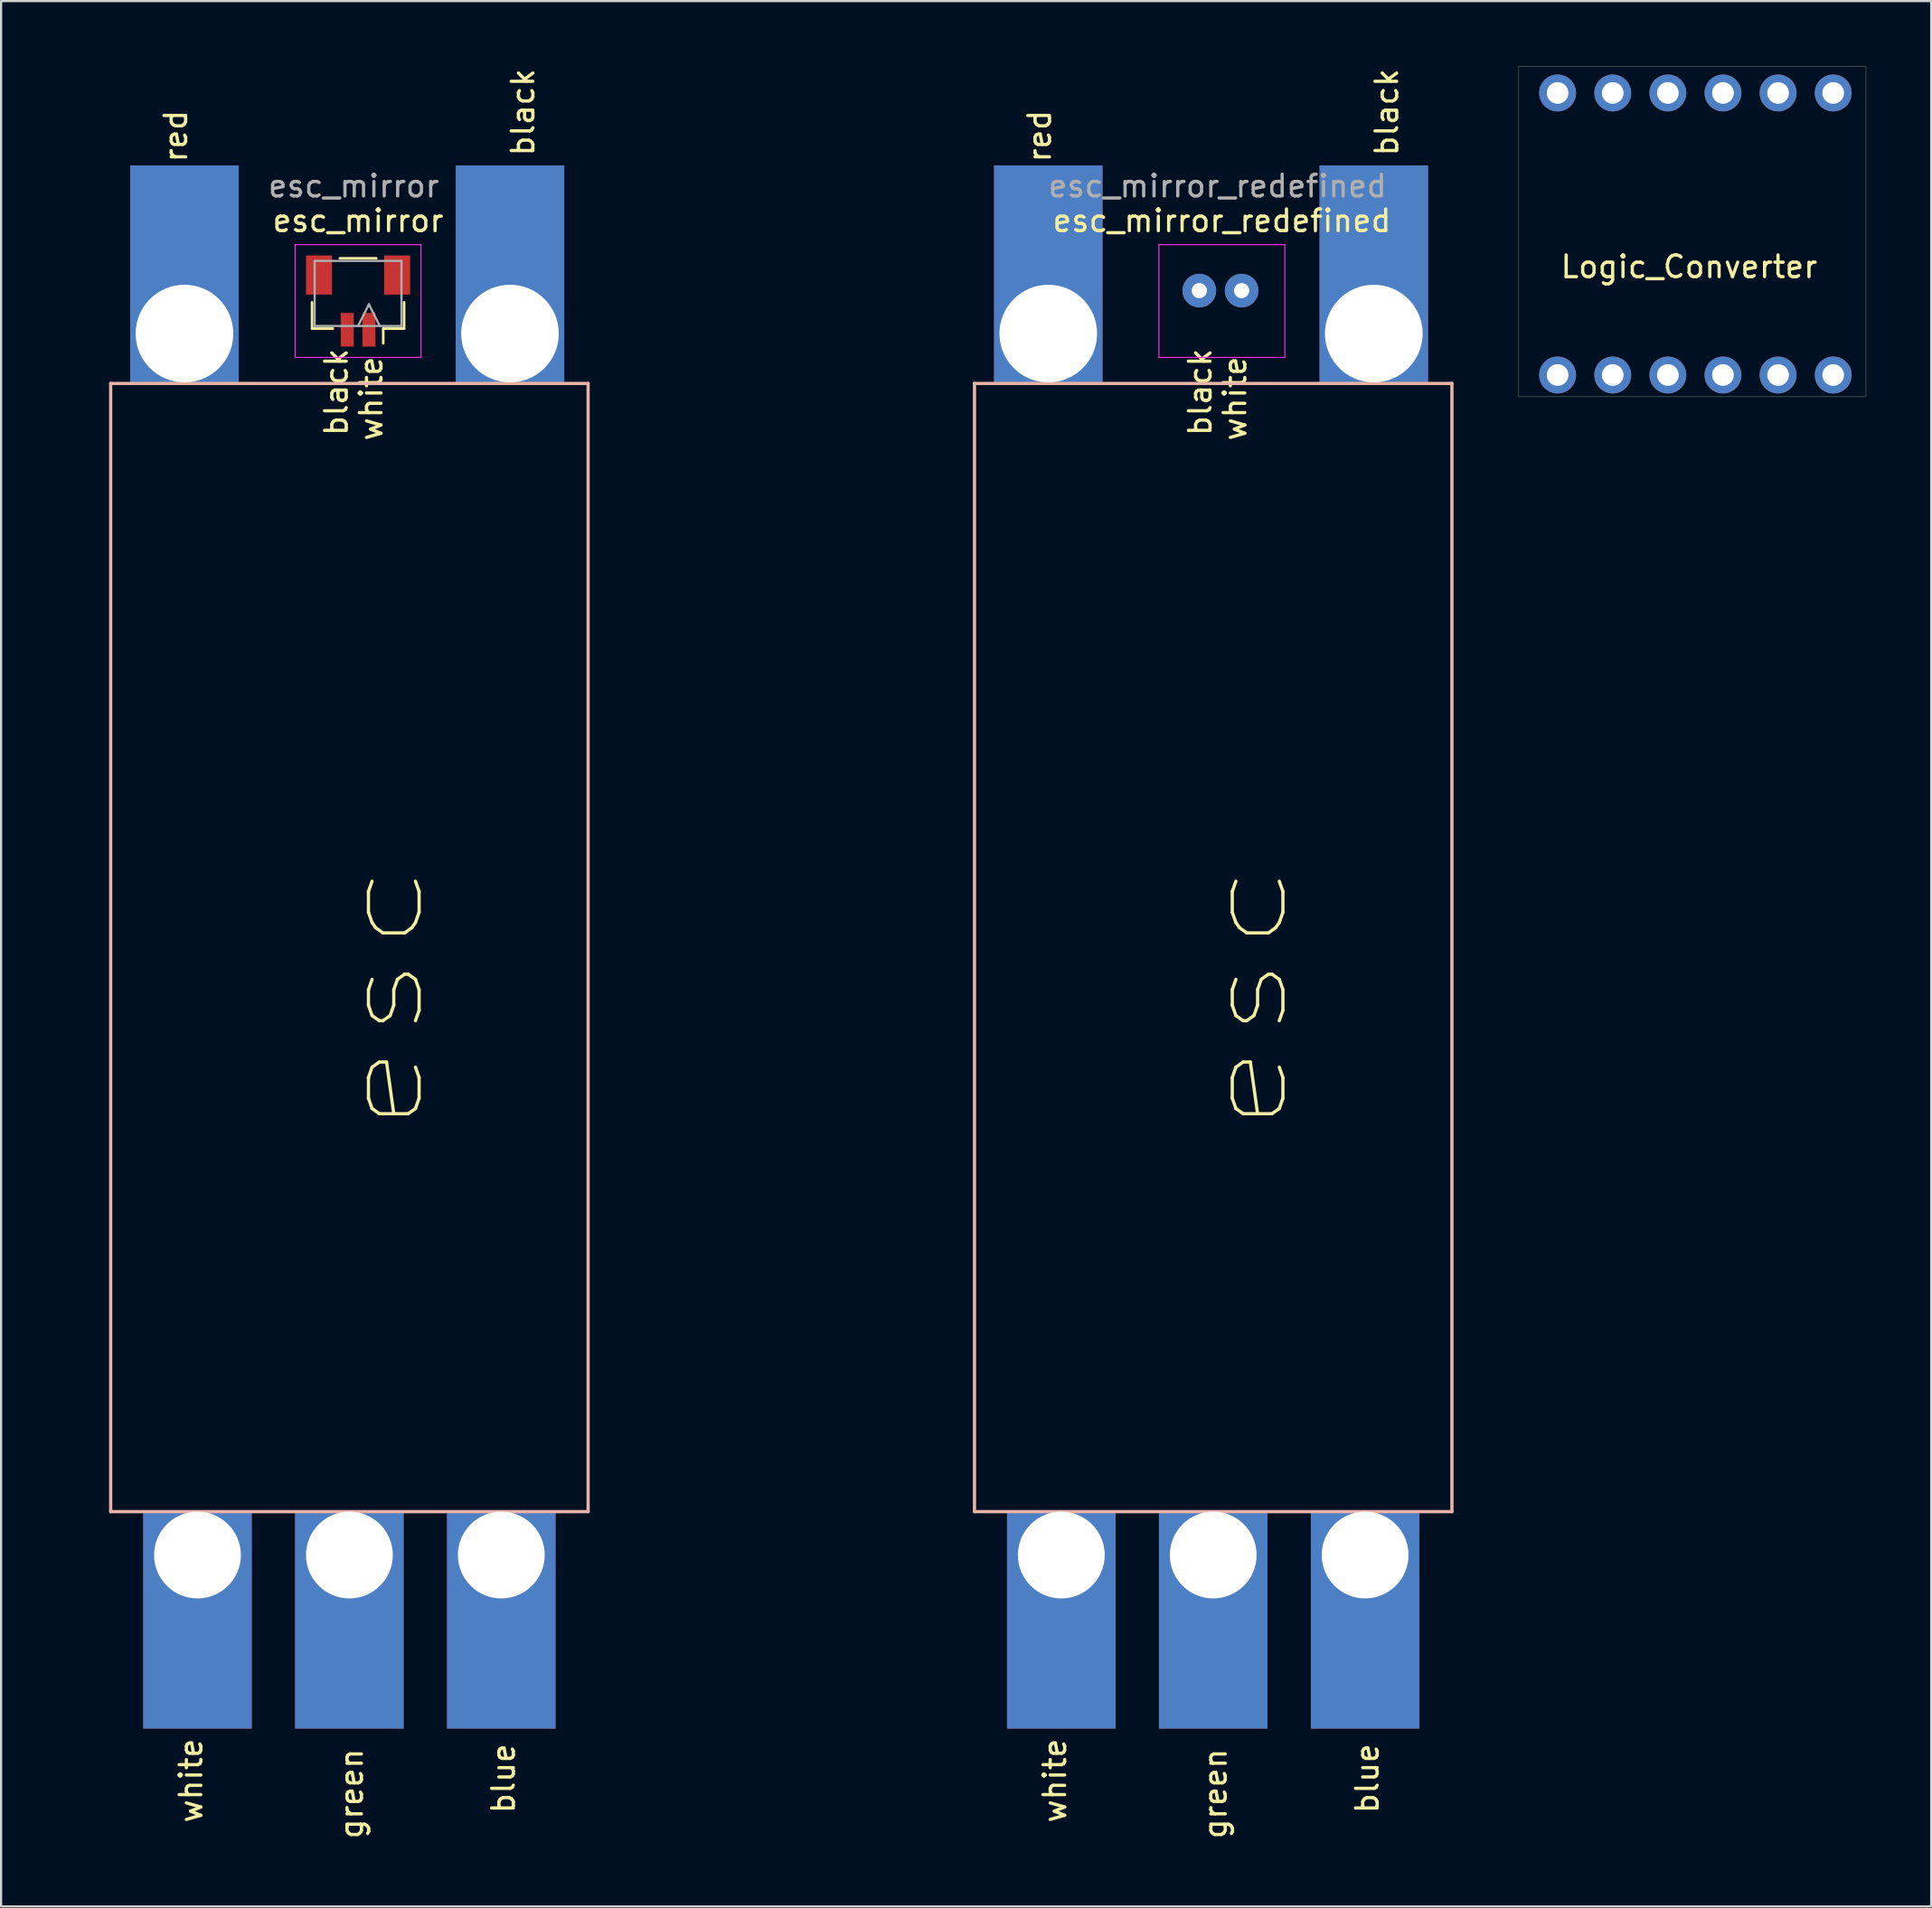
<source format=kicad_pcb>
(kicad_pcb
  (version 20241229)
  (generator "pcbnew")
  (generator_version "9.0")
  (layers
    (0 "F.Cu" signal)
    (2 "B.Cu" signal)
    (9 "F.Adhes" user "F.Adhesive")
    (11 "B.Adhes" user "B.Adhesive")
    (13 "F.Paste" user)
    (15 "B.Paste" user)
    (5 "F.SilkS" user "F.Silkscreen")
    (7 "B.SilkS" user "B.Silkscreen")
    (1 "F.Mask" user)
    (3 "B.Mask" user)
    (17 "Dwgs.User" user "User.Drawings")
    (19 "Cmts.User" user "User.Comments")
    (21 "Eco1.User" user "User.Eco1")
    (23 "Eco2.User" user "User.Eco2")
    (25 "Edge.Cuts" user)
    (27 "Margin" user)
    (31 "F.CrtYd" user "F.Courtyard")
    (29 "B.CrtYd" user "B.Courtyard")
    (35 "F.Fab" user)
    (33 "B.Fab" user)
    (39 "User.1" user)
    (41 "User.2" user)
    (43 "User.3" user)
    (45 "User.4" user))
  (footprint "esc_mirror"
    (layer "F.Cu")
    (at 0.25 66.625)
    (property "Reference" "esc_mirror" (at 13.2 -59.5 0) (layer "F.SilkS") (effects (font (size 1 1) (thickness 0.15))))
    (attr smd)
    (fp_line (start 11.08 -54.53) (end 11.08 -55.74) (stroke (width 0.12) (type solid)) (layer "F.SilkS"))
    (fp_line (start 12.04 -54.53) (end 11.08 -54.53) (stroke (width 0.12) (type solid)) (layer "F.SilkS"))
    (fp_line (start 14.04 -57.77) (end 12.36 -57.77) (stroke (width 0.12) (type solid)) (layer "F.SilkS"))
    (fp_line (start 14.36 -54.53) (end 15.32 -54.53) (stroke (width 0.12) (type solid)) (layer "F.SilkS"))
    (fp_line (start 14.36 -53.85) (end 14.36 -54.53) (stroke (width 0.12) (type solid)) (layer "F.SilkS"))
    (fp_line (start 15.32 -54.53) (end 15.32 -55.74) (stroke (width 0.12) (type solid)) (layer "F.SilkS"))
    (fp_line (start 1.8 -52) (end 1.8 0) (stroke (width 0.15) (type solid)) (layer "B.SilkS"))
    (fp_line (start 1.8 0) (end 23.8 0) (stroke (width 0.15) (type solid)) (layer "B.SilkS"))
    (fp_line (start 23.8 -52) (end 1.8 -52) (stroke (width 0.15) (type solid)) (layer "B.SilkS"))
    (fp_line (start 23.8 0) (end 23.8 -52) (stroke (width 0.15) (type solid)) (layer "B.SilkS"))
    (fp_line (start 10.3 -58.4) (end 16.1 -58.4) (stroke (width 0.05) (type solid)) (layer "F.CrtYd"))
    (fp_line (start 10.3 -53.2) (end 10.3 -58.4) (stroke (width 0.05) (type solid)) (layer "F.CrtYd"))
    (fp_line (start 16.1 -58.4) (end 16.1 -53.2) (stroke (width 0.05) (type solid)) (layer "F.CrtYd"))
    (fp_line (start 16.1 -53.2) (end 10.3 -53.2) (stroke (width 0.05) (type solid)) (layer "F.CrtYd"))
    (fp_line (start 11.2 -57.65) (end 15.2 -57.65) (stroke (width 0.1) (type solid)) (layer "F.Fab"))
    (fp_line (start 11.2 -54.65) (end 11.2 -57.65) (stroke (width 0.1) (type solid)) (layer "F.Fab"))
    (fp_line (start 13.2 -54.65) (end 13.7 -55.65) (stroke (width 0.1) (type solid)) (layer "F.Fab"))
    (fp_line (start 13.7 -55.65) (end 14.2 -54.65) (stroke (width 0.1) (type solid)) (layer "F.Fab"))
    (fp_line (start 15.2 -57.65) (end 15.2 -54.65) (stroke (width 0.1) (type solid)) (layer "F.Fab"))
    (fp_line (start 15.2 -54.65) (end 11.2 -54.65) (stroke (width 0.1) (type solid)) (layer "F.Fab"))
    (fp_text user "green" (at 12.9 13 270) (layer "F.SilkS") (effects (font (size 1 1) (thickness 0.15))))
    (fp_text user "black" (at 20.8 -64.5 270) (layer "F.SilkS") (effects (font (size 1 1) (thickness 0.15))))
    (fp_text user "white" (at 13.8 -51.3 270) (layer "F.SilkS") (effects (font (size 1 1) (thickness 0.15))))
    (fp_text user "white" (at 5.5 12.4 270) (layer "F.SilkS") (effects (font (size 1 1) (thickness 0.15))))
    (fp_text user "blue" (at 19.9 12.3 270) (layer "F.SilkS") (effects (font (size 1 1) (thickness 0.15))))
    (fp_text user "black" (at 12.2 -51.6 270) (layer "F.SilkS") (effects (font (size 1 1) (thickness 0.15))))
    (fp_text user "red" (at 4.8 -63.4 270) (layer "F.SilkS") (effects (font (size 1 1) (thickness 0.15))))
    (fp_text user "esc" (at 14.4 -23.7 270) (layer "F.SilkS") (effects (font (size 3.5 5) (thickness 0.15))))
    (fp_text user "${REFERENCE}" (at 13 -61.1 180) (layer "F.Fab") (effects (font (size 1 1) (thickness 0.15))))
    (pad "" smd rect (at 11.4 -57 270) (size 1.8 1.2) (layers "F.Cu" "F.Mask" "F.Paste"))
    (pad "" smd rect (at 15 -57 270) (size 1.8 1.2) (layers "F.Cu" "F.Mask" "F.Paste"))
    (pad "1" thru_hole rect (at 19.8 2) (size 5 10) (drill 4 (offset 0 3)) (layers "*.Cu" "F.Mask"))
    (pad "2" thru_hole rect (at 12.8 2) (size 5 10) (drill 4 (offset 0 3)) (layers "*.Cu" "F.Mask"))
    (pad "3" thru_hole rect (at 5.8 2) (size 5 10) (drill 4 (offset 0 3)) (layers "*.Cu" "F.Mask"))
    (pad "4" smd rect (at 13.7 -54.475 270) (size 1.55 0.6) (layers "F.Cu" "F.Mask" "F.Paste"))
    (pad "5" smd rect (at 12.7 -54.475 270) (size 1.55 0.6) (layers "F.Cu" "F.Mask" "F.Paste"))
    (pad "6" thru_hole rect (at 5.2 -54.3 180) (size 5 10) (drill 4.5 (offset 0 2.75)) (layers "*.Cu" "F.Mask"))
    (pad "7" thru_hole rect (at 20.2 -54.3 180) (size 5 10) (drill 4.5 (offset 0 2.75)) (layers "*.Cu" "F.Mask")))
  (footprint "esc_mirror_redefined"
    (layer "F.Cu")
    (at 27.375 66.625)
    (property "Reference" "esc_mirror_redefined" (at 25.88 -59.5 0) (layer "F.SilkS") (effects (font (size 1 1) (thickness 0.15))))
    (attr smd)
    (fp_line (start 14.48 -52) (end 14.48 0) (stroke (width 0.15) (type solid)) (layer "B.SilkS"))
    (fp_line (start 14.48 0) (end 36.48 0) (stroke (width 0.15) (type solid)) (layer "B.SilkS"))
    (fp_line (start 36.48 -52) (end 14.48 -52) (stroke (width 0.15) (type solid)) (layer "B.SilkS"))
    (fp_line (start 36.48 0) (end 36.48 -52) (stroke (width 0.15) (type solid)) (layer "B.SilkS"))
    (fp_line (start 22.98 -58.4) (end 28.78 -58.4) (stroke (width 0.05) (type solid)) (layer "F.CrtYd"))
    (fp_line (start 22.98 -53.2) (end 22.98 -58.4) (stroke (width 0.05) (type solid)) (layer "F.CrtYd"))
    (fp_line (start 28.78 -58.4) (end 28.78 -53.2) (stroke (width 0.05) (type solid)) (layer "F.CrtYd"))
    (fp_line (start 28.78 -53.2) (end 22.98 -53.2) (stroke (width 0.05) (type solid)) (layer "F.CrtYd"))
    (fp_text user "black" (at 24.88 -51.6 270) (layer "F.SilkS") (effects (font (size 1 1) (thickness 0.15))))
    (fp_text user "white" (at 26.48 -51.3 270) (layer "F.SilkS") (effects (font (size 1 1) (thickness 0.15))))
    (fp_text user "green" (at 25.58 13 270) (layer "F.SilkS") (effects (font (size 1 1) (thickness 0.15))))
    (fp_text user "black" (at 33.48 -64.5 270) (layer "F.SilkS") (effects (font (size 1 1) (thickness 0.15))))
    (fp_text user "blue" (at 32.58 12.3 270) (layer "F.SilkS") (effects (font (size 1 1) (thickness 0.15))))
    (fp_text user "esc" (at 27.08 -23.7 270) (layer "F.SilkS") (effects (font (size 3.5 5) (thickness 0.15))))
    (fp_text user "white" (at 18.18 12.4 270) (layer "F.SilkS") (effects (font (size 1 1) (thickness 0.15))))
    (fp_text user "red" (at 17.48 -63.4 270) (layer "F.SilkS") (effects (font (size 1 1) (thickness 0.15))))
    (fp_text user "${REFERENCE}" (at 25.68 -61.1 180) (layer "F.Fab") (effects (font (size 1 1) (thickness 0.15))))
    (pad "1" thru_hole rect (at 32.48 2) (size 5 10) (drill 4 (offset 0 3)) (layers "*.Cu" "F.Mask"))
    (pad "2" thru_hole rect (at 25.48 2) (size 5 10) (drill 4 (offset 0 3)) (layers "*.Cu" "F.Mask"))
    (pad "3" thru_hole rect (at 18.48 2) (size 5 10) (drill 4 (offset 0 3)) (layers "*.Cu" "F.Mask"))
    (pad "4" thru_hole circle (at 26.79 -56.28 270) (size 1.55 1.55) (drill 0.7) (layers "*.Cu" "*.Mask"))
    (pad "5" thru_hole circle (at 24.84 -56.28 270) (size 1.55 1.55) (drill 0.7) (layers "*.Cu" "*.Mask"))
    (pad "6" thru_hole rect (at 17.88 -54.3 180) (size 5 10) (drill 4.5 (offset 0 2.75)) (layers "*.Cu" "F.Mask"))
    (pad "7" thru_hole rect (at 32.88 -54.3 180) (size 5 10) (drill 4.5 (offset 0 2.75)) (layers "*.Cu" "F.Mask")))
  (footprint "Logic_Converter"
    (layer "F.Cu")
    (at 68.725 1.235)
    (property "Reference" "Logic_Converter" (at 6.06 8.01 0) (layer "F.SilkS") (effects (font (size 1 1) (thickness 0.15))))
    (attr through_hole)
    (fp_line (start -1.79 -1.23) (end -1.79 14) (stroke (width 0.01) (type solid)) (layer "F.SilkS"))
    (fp_line (start -1.79 -1.23) (end 14.21 -1.23) (stroke (width 0.01) (type solid)) (layer "F.SilkS"))
    (fp_line (start -1.79 14) (end 14.21 14) (stroke (width 0.01) (type solid)) (layer "F.SilkS"))
    (fp_line (start 14.21 14) (end 14.21 -1.23) (stroke (width 0.01) (type solid)) (layer "F.SilkS"))
    (pad "1" thru_hole circle (at 0 0) (size 1.7 1.7) (drill 1) (layers "*.Cu" "*.Mask"))
    (pad "2" thru_hole circle (at 2.54 0) (size 1.7 1.7) (drill 1) (layers "*.Cu" "*.Mask"))
    (pad "3" thru_hole circle (at 5.08 0) (size 1.7 1.7) (drill 1) (layers "*.Cu" "*.Mask"))
    (pad "4" thru_hole circle (at 7.62 0) (size 1.7 1.7) (drill 1) (layers "*.Cu" "*.Mask"))
    (pad "5" thru_hole circle (at 10.16 0) (size 1.7 1.7) (drill 1) (layers "*.Cu" "*.Mask"))
    (pad "6" thru_hole circle (at 12.7 0) (size 1.7 1.7) (drill 1) (layers "*.Cu" "*.Mask"))
    (pad "7" thru_hole circle (at 0 13) (size 1.7 1.7) (drill 1) (layers "*.Cu" "*.Mask"))
    (pad "8" thru_hole circle (at 2.54 13) (size 1.7 1.7) (drill 1) (layers "*.Cu" "*.Mask"))
    (pad "9" thru_hole circle (at 5.08 13) (size 1.7 1.7) (drill 1) (layers "*.Cu" "*.Mask"))
    (pad "10" thru_hole circle (at 7.62 13) (size 1.7 1.7) (drill 1) (layers "*.Cu" "*.Mask"))
    (pad "11" thru_hole circle (at 10.16 13) (size 1.7 1.7) (drill 1) (layers "*.Cu" "*.Mask"))
    (pad "12" thru_hole circle (at 12.7 13) (size 1.7 1.7) (drill 1) (layers "*.Cu" "*.Mask")))
  (gr_rect
    (start -3 -3)
    (end 85.94 84.821)
    (stroke (width 0.1) (type default))
    (fill no)
    (layer "Edge.Cuts")))
</source>
